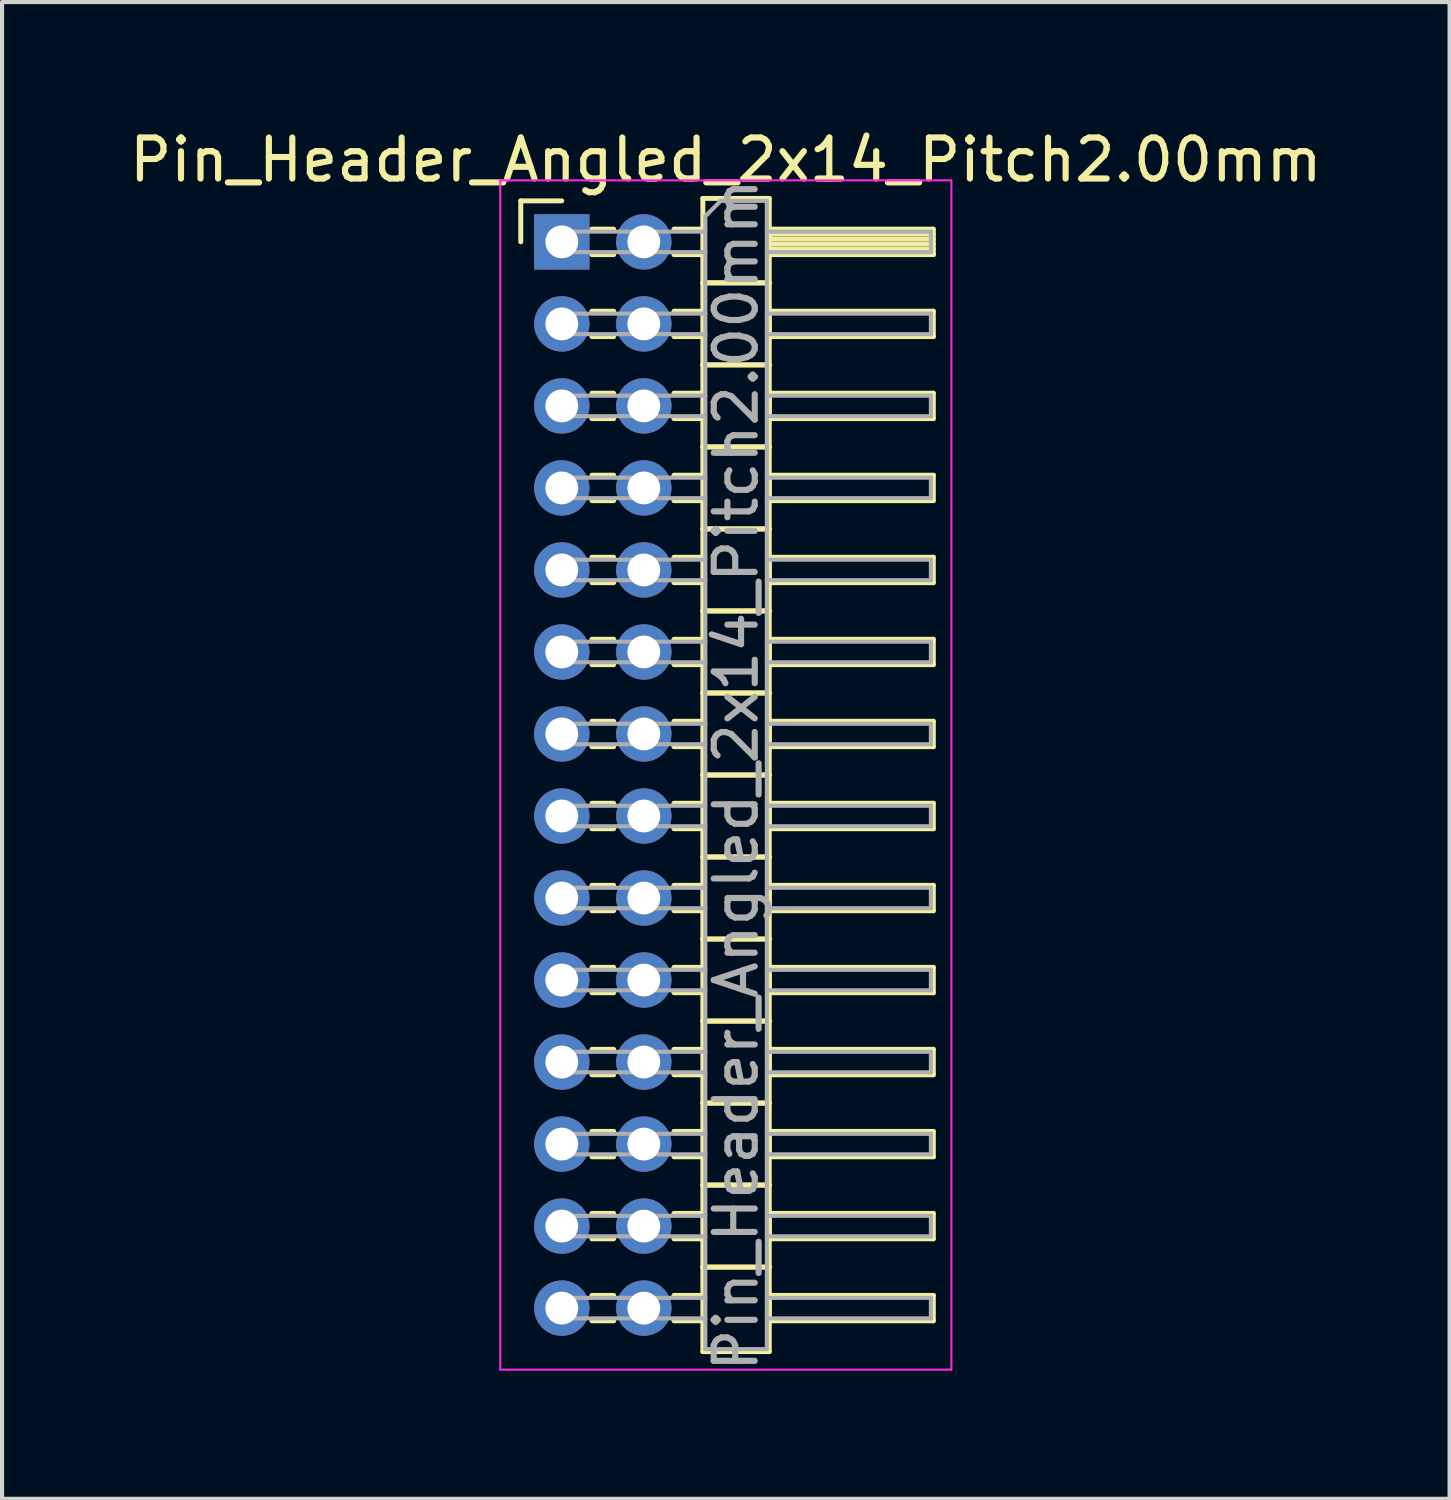
<source format=kicad_pcb>
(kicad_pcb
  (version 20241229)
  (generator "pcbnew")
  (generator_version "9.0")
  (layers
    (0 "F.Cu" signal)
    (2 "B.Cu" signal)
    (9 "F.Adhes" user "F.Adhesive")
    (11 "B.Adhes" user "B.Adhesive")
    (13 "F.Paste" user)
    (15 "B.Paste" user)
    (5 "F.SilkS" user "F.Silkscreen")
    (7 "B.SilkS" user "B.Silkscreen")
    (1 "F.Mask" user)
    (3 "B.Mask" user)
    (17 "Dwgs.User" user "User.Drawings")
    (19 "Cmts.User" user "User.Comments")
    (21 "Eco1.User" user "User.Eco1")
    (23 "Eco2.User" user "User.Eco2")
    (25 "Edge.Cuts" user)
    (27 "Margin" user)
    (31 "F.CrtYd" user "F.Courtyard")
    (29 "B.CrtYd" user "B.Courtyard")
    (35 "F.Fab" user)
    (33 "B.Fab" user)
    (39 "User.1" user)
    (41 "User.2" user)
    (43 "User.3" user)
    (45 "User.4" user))
  (footprint "Pin_Header_Angled_2x14_Pitch2.00mm"
    (layer "F.Cu")
    (at 10.649 2.848)
    (property "Reference" "Pin_Header_Angled_2x14_Pitch2.00mm" (at 4 -2 0) (layer "F.SilkS") (effects (font (size 1 1) (thickness 0.15))))
    (attr through_hole)
    (fp_line (start -1 -1) (end 0 -1) (stroke (width 0.12) (type solid)) (layer "F.SilkS"))
    (fp_line (start -1 0) (end -1 -1) (stroke (width 0.12) (type solid)) (layer "F.SilkS"))
    (fp_line (start 0.735 -0.31) (end 1.265 -0.31) (stroke (width 0.12) (type solid)) (layer "F.SilkS"))
    (fp_line (start 0.735 0.31) (end 1.265 0.31) (stroke (width 0.12) (type solid)) (layer "F.SilkS"))
    (fp_line (start 0.735 1.69) (end 1.265 1.69) (stroke (width 0.12) (type solid)) (layer "F.SilkS"))
    (fp_line (start 0.735 2.31) (end 1.265 2.31) (stroke (width 0.12) (type solid)) (layer "F.SilkS"))
    (fp_line (start 0.735 3.69) (end 1.265 3.69) (stroke (width 0.12) (type solid)) (layer "F.SilkS"))
    (fp_line (start 0.735 4.31) (end 1.265 4.31) (stroke (width 0.12) (type solid)) (layer "F.SilkS"))
    (fp_line (start 0.735 5.69) (end 1.265 5.69) (stroke (width 0.12) (type solid)) (layer "F.SilkS"))
    (fp_line (start 0.735 6.31) (end 1.265 6.31) (stroke (width 0.12) (type solid)) (layer "F.SilkS"))
    (fp_line (start 0.735 7.69) (end 1.265 7.69) (stroke (width 0.12) (type solid)) (layer "F.SilkS"))
    (fp_line (start 0.735 8.31) (end 1.265 8.31) (stroke (width 0.12) (type solid)) (layer "F.SilkS"))
    (fp_line (start 0.735 9.69) (end 1.265 9.69) (stroke (width 0.12) (type solid)) (layer "F.SilkS"))
    (fp_line (start 0.735 10.31) (end 1.265 10.31) (stroke (width 0.12) (type solid)) (layer "F.SilkS"))
    (fp_line (start 0.735 11.69) (end 1.265 11.69) (stroke (width 0.12) (type solid)) (layer "F.SilkS"))
    (fp_line (start 0.735 12.31) (end 1.265 12.31) (stroke (width 0.12) (type solid)) (layer "F.SilkS"))
    (fp_line (start 0.735 13.69) (end 1.265 13.69) (stroke (width 0.12) (type solid)) (layer "F.SilkS"))
    (fp_line (start 0.735 14.31) (end 1.265 14.31) (stroke (width 0.12) (type solid)) (layer "F.SilkS"))
    (fp_line (start 0.735 15.69) (end 1.265 15.69) (stroke (width 0.12) (type solid)) (layer "F.SilkS"))
    (fp_line (start 0.735 16.31) (end 1.265 16.31) (stroke (width 0.12) (type solid)) (layer "F.SilkS"))
    (fp_line (start 0.735 17.69) (end 1.265 17.69) (stroke (width 0.12) (type solid)) (layer "F.SilkS"))
    (fp_line (start 0.735 18.31) (end 1.265 18.31) (stroke (width 0.12) (type solid)) (layer "F.SilkS"))
    (fp_line (start 0.735 19.69) (end 1.265 19.69) (stroke (width 0.12) (type solid)) (layer "F.SilkS"))
    (fp_line (start 0.735 20.31) (end 1.265 20.31) (stroke (width 0.12) (type solid)) (layer "F.SilkS"))
    (fp_line (start 0.735 21.69) (end 1.265 21.69) (stroke (width 0.12) (type solid)) (layer "F.SilkS"))
    (fp_line (start 0.735 22.31) (end 1.265 22.31) (stroke (width 0.12) (type solid)) (layer "F.SilkS"))
    (fp_line (start 0.735 23.69) (end 1.265 23.69) (stroke (width 0.12) (type solid)) (layer "F.SilkS"))
    (fp_line (start 0.735 24.31) (end 1.265 24.31) (stroke (width 0.12) (type solid)) (layer "F.SilkS"))
    (fp_line (start 0.735 25.69) (end 1.265 25.69) (stroke (width 0.12) (type solid)) (layer "F.SilkS"))
    (fp_line (start 0.735 26.31) (end 1.265 26.31) (stroke (width 0.12) (type solid)) (layer "F.SilkS"))
    (fp_line (start 2.735 -0.31) (end 3.44 -0.31) (stroke (width 0.12) (type solid)) (layer "F.SilkS"))
    (fp_line (start 2.735 0.31) (end 3.44 0.31) (stroke (width 0.12) (type solid)) (layer "F.SilkS"))
    (fp_line (start 2.735 1.69) (end 3.44 1.69) (stroke (width 0.12) (type solid)) (layer "F.SilkS"))
    (fp_line (start 2.735 2.31) (end 3.44 2.31) (stroke (width 0.12) (type solid)) (layer "F.SilkS"))
    (fp_line (start 2.735 3.69) (end 3.44 3.69) (stroke (width 0.12) (type solid)) (layer "F.SilkS"))
    (fp_line (start 2.735 4.31) (end 3.44 4.31) (stroke (width 0.12) (type solid)) (layer "F.SilkS"))
    (fp_line (start 2.735 5.69) (end 3.44 5.69) (stroke (width 0.12) (type solid)) (layer "F.SilkS"))
    (fp_line (start 2.735 6.31) (end 3.44 6.31) (stroke (width 0.12) (type solid)) (layer "F.SilkS"))
    (fp_line (start 2.735 7.69) (end 3.44 7.69) (stroke (width 0.12) (type solid)) (layer "F.SilkS"))
    (fp_line (start 2.735 8.31) (end 3.44 8.31) (stroke (width 0.12) (type solid)) (layer "F.SilkS"))
    (fp_line (start 2.735 9.69) (end 3.44 9.69) (stroke (width 0.12) (type solid)) (layer "F.SilkS"))
    (fp_line (start 2.735 10.31) (end 3.44 10.31) (stroke (width 0.12) (type solid)) (layer "F.SilkS"))
    (fp_line (start 2.735 11.69) (end 3.44 11.69) (stroke (width 0.12) (type solid)) (layer "F.SilkS"))
    (fp_line (start 2.735 12.31) (end 3.44 12.31) (stroke (width 0.12) (type solid)) (layer "F.SilkS"))
    (fp_line (start 2.735 13.69) (end 3.44 13.69) (stroke (width 0.12) (type solid)) (layer "F.SilkS"))
    (fp_line (start 2.735 14.31) (end 3.44 14.31) (stroke (width 0.12) (type solid)) (layer "F.SilkS"))
    (fp_line (start 2.735 15.69) (end 3.44 15.69) (stroke (width 0.12) (type solid)) (layer "F.SilkS"))
    (fp_line (start 2.735 16.31) (end 3.44 16.31) (stroke (width 0.12) (type solid)) (layer "F.SilkS"))
    (fp_line (start 2.735 17.69) (end 3.44 17.69) (stroke (width 0.12) (type solid)) (layer "F.SilkS"))
    (fp_line (start 2.735 18.31) (end 3.44 18.31) (stroke (width 0.12) (type solid)) (layer "F.SilkS"))
    (fp_line (start 2.735 19.69) (end 3.44 19.69) (stroke (width 0.12) (type solid)) (layer "F.SilkS"))
    (fp_line (start 2.735 20.31) (end 3.44 20.31) (stroke (width 0.12) (type solid)) (layer "F.SilkS"))
    (fp_line (start 2.735 21.69) (end 3.44 21.69) (stroke (width 0.12) (type solid)) (layer "F.SilkS"))
    (fp_line (start 2.735 22.31) (end 3.44 22.31) (stroke (width 0.12) (type solid)) (layer "F.SilkS"))
    (fp_line (start 2.735 23.69) (end 3.44 23.69) (stroke (width 0.12) (type solid)) (layer "F.SilkS"))
    (fp_line (start 2.735 24.31) (end 3.44 24.31) (stroke (width 0.12) (type solid)) (layer "F.SilkS"))
    (fp_line (start 2.735 25.69) (end 3.44 25.69) (stroke (width 0.12) (type solid)) (layer "F.SilkS"))
    (fp_line (start 2.735 26.31) (end 3.44 26.31) (stroke (width 0.12) (type solid)) (layer "F.SilkS"))
    (fp_line (start 3.44 -1.06) (end 3.44 1) (stroke (width 0.12) (type solid)) (layer "F.SilkS"))
    (fp_line (start 3.44 1) (end 3.44 3) (stroke (width 0.12) (type solid)) (layer "F.SilkS"))
    (fp_line (start 3.44 1) (end 5.06 1) (stroke (width 0.12) (type solid)) (layer "F.SilkS"))
    (fp_line (start 3.44 3) (end 3.44 5) (stroke (width 0.12) (type solid)) (layer "F.SilkS"))
    (fp_line (start 3.44 3) (end 5.06 3) (stroke (width 0.12) (type solid)) (layer "F.SilkS"))
    (fp_line (start 3.44 5) (end 3.44 7) (stroke (width 0.12) (type solid)) (layer "F.SilkS"))
    (fp_line (start 3.44 5) (end 5.06 5) (stroke (width 0.12) (type solid)) (layer "F.SilkS"))
    (fp_line (start 3.44 7) (end 3.44 9) (stroke (width 0.12) (type solid)) (layer "F.SilkS"))
    (fp_line (start 3.44 7) (end 5.06 7) (stroke (width 0.12) (type solid)) (layer "F.SilkS"))
    (fp_line (start 3.44 9) (end 3.44 11) (stroke (width 0.12) (type solid)) (layer "F.SilkS"))
    (fp_line (start 3.44 9) (end 5.06 9) (stroke (width 0.12) (type solid)) (layer "F.SilkS"))
    (fp_line (start 3.44 11) (end 3.44 13) (stroke (width 0.12) (type solid)) (layer "F.SilkS"))
    (fp_line (start 3.44 11) (end 5.06 11) (stroke (width 0.12) (type solid)) (layer "F.SilkS"))
    (fp_line (start 3.44 13) (end 3.44 15) (stroke (width 0.12) (type solid)) (layer "F.SilkS"))
    (fp_line (start 3.44 13) (end 5.06 13) (stroke (width 0.12) (type solid)) (layer "F.SilkS"))
    (fp_line (start 3.44 15) (end 3.44 17) (stroke (width 0.12) (type solid)) (layer "F.SilkS"))
    (fp_line (start 3.44 15) (end 5.06 15) (stroke (width 0.12) (type solid)) (layer "F.SilkS"))
    (fp_line (start 3.44 17) (end 3.44 19) (stroke (width 0.12) (type solid)) (layer "F.SilkS"))
    (fp_line (start 3.44 17) (end 5.06 17) (stroke (width 0.12) (type solid)) (layer "F.SilkS"))
    (fp_line (start 3.44 19) (end 3.44 21) (stroke (width 0.12) (type solid)) (layer "F.SilkS"))
    (fp_line (start 3.44 19) (end 5.06 19) (stroke (width 0.12) (type solid)) (layer "F.SilkS"))
    (fp_line (start 3.44 21) (end 3.44 23) (stroke (width 0.12) (type solid)) (layer "F.SilkS"))
    (fp_line (start 3.44 21) (end 5.06 21) (stroke (width 0.12) (type solid)) (layer "F.SilkS"))
    (fp_line (start 3.44 23) (end 3.44 25) (stroke (width 0.12) (type solid)) (layer "F.SilkS"))
    (fp_line (start 3.44 23) (end 5.06 23) (stroke (width 0.12) (type solid)) (layer "F.SilkS"))
    (fp_line (start 3.44 25) (end 3.44 27.06) (stroke (width 0.12) (type solid)) (layer "F.SilkS"))
    (fp_line (start 3.44 25) (end 5.06 25) (stroke (width 0.12) (type solid)) (layer "F.SilkS"))
    (fp_line (start 3.44 27.06) (end 5.06 27.06) (stroke (width 0.12) (type solid)) (layer "F.SilkS"))
    (fp_line (start 5.06 -1.06) (end 3.44 -1.06) (stroke (width 0.12) (type solid)) (layer "F.SilkS"))
    (fp_line (start 5.06 -0.31) (end 5.06 0.31) (stroke (width 0.12) (type solid)) (layer "F.SilkS"))
    (fp_line (start 5.06 -0.19) (end 9.06 -0.19) (stroke (width 0.12) (type solid)) (layer "F.SilkS"))
    (fp_line (start 5.06 -0.07) (end 9.06 -0.07) (stroke (width 0.12) (type solid)) (layer "F.SilkS"))
    (fp_line (start 5.06 0.05) (end 9.06 0.05) (stroke (width 0.12) (type solid)) (layer "F.SilkS"))
    (fp_line (start 5.06 0.17) (end 9.06 0.17) (stroke (width 0.12) (type solid)) (layer "F.SilkS"))
    (fp_line (start 5.06 0.29) (end 9.06 0.29) (stroke (width 0.12) (type solid)) (layer "F.SilkS"))
    (fp_line (start 5.06 0.31) (end 9.06 0.31) (stroke (width 0.12) (type solid)) (layer "F.SilkS"))
    (fp_line (start 5.06 1) (end 3.44 1) (stroke (width 0.12) (type solid)) (layer "F.SilkS"))
    (fp_line (start 5.06 1) (end 5.06 -1.06) (stroke (width 0.12) (type solid)) (layer "F.SilkS"))
    (fp_line (start 5.06 1.69) (end 5.06 2.31) (stroke (width 0.12) (type solid)) (layer "F.SilkS"))
    (fp_line (start 5.06 2.31) (end 9.06 2.31) (stroke (width 0.12) (type solid)) (layer "F.SilkS"))
    (fp_line (start 5.06 3) (end 3.44 3) (stroke (width 0.12) (type solid)) (layer "F.SilkS"))
    (fp_line (start 5.06 3) (end 5.06 1) (stroke (width 0.12) (type solid)) (layer "F.SilkS"))
    (fp_line (start 5.06 3.69) (end 5.06 4.31) (stroke (width 0.12) (type solid)) (layer "F.SilkS"))
    (fp_line (start 5.06 4.31) (end 9.06 4.31) (stroke (width 0.12) (type solid)) (layer "F.SilkS"))
    (fp_line (start 5.06 5) (end 3.44 5) (stroke (width 0.12) (type solid)) (layer "F.SilkS"))
    (fp_line (start 5.06 5) (end 5.06 3) (stroke (width 0.12) (type solid)) (layer "F.SilkS"))
    (fp_line (start 5.06 5.69) (end 5.06 6.31) (stroke (width 0.12) (type solid)) (layer "F.SilkS"))
    (fp_line (start 5.06 6.31) (end 9.06 6.31) (stroke (width 0.12) (type solid)) (layer "F.SilkS"))
    (fp_line (start 5.06 7) (end 3.44 7) (stroke (width 0.12) (type solid)) (layer "F.SilkS"))
    (fp_line (start 5.06 7) (end 5.06 5) (stroke (width 0.12) (type solid)) (layer "F.SilkS"))
    (fp_line (start 5.06 7.69) (end 5.06 8.31) (stroke (width 0.12) (type solid)) (layer "F.SilkS"))
    (fp_line (start 5.06 8.31) (end 9.06 8.31) (stroke (width 0.12) (type solid)) (layer "F.SilkS"))
    (fp_line (start 5.06 9) (end 3.44 9) (stroke (width 0.12) (type solid)) (layer "F.SilkS"))
    (fp_line (start 5.06 9) (end 5.06 7) (stroke (width 0.12) (type solid)) (layer "F.SilkS"))
    (fp_line (start 5.06 9.69) (end 5.06 10.31) (stroke (width 0.12) (type solid)) (layer "F.SilkS"))
    (fp_line (start 5.06 10.31) (end 9.06 10.31) (stroke (width 0.12) (type solid)) (layer "F.SilkS"))
    (fp_line (start 5.06 11) (end 3.44 11) (stroke (width 0.12) (type solid)) (layer "F.SilkS"))
    (fp_line (start 5.06 11) (end 5.06 9) (stroke (width 0.12) (type solid)) (layer "F.SilkS"))
    (fp_line (start 5.06 11.69) (end 5.06 12.31) (stroke (width 0.12) (type solid)) (layer "F.SilkS"))
    (fp_line (start 5.06 12.31) (end 9.06 12.31) (stroke (width 0.12) (type solid)) (layer "F.SilkS"))
    (fp_line (start 5.06 13) (end 3.44 13) (stroke (width 0.12) (type solid)) (layer "F.SilkS"))
    (fp_line (start 5.06 13) (end 5.06 11) (stroke (width 0.12) (type solid)) (layer "F.SilkS"))
    (fp_line (start 5.06 13.69) (end 5.06 14.31) (stroke (width 0.12) (type solid)) (layer "F.SilkS"))
    (fp_line (start 5.06 14.31) (end 9.06 14.31) (stroke (width 0.12) (type solid)) (layer "F.SilkS"))
    (fp_line (start 5.06 15) (end 3.44 15) (stroke (width 0.12) (type solid)) (layer "F.SilkS"))
    (fp_line (start 5.06 15) (end 5.06 13) (stroke (width 0.12) (type solid)) (layer "F.SilkS"))
    (fp_line (start 5.06 15.69) (end 5.06 16.31) (stroke (width 0.12) (type solid)) (layer "F.SilkS"))
    (fp_line (start 5.06 16.31) (end 9.06 16.31) (stroke (width 0.12) (type solid)) (layer "F.SilkS"))
    (fp_line (start 5.06 17) (end 3.44 17) (stroke (width 0.12) (type solid)) (layer "F.SilkS"))
    (fp_line (start 5.06 17) (end 5.06 15) (stroke (width 0.12) (type solid)) (layer "F.SilkS"))
    (fp_line (start 5.06 17.69) (end 5.06 18.31) (stroke (width 0.12) (type solid)) (layer "F.SilkS"))
    (fp_line (start 5.06 18.31) (end 9.06 18.31) (stroke (width 0.12) (type solid)) (layer "F.SilkS"))
    (fp_line (start 5.06 19) (end 3.44 19) (stroke (width 0.12) (type solid)) (layer "F.SilkS"))
    (fp_line (start 5.06 19) (end 5.06 17) (stroke (width 0.12) (type solid)) (layer "F.SilkS"))
    (fp_line (start 5.06 19.69) (end 5.06 20.31) (stroke (width 0.12) (type solid)) (layer "F.SilkS"))
    (fp_line (start 5.06 20.31) (end 9.06 20.31) (stroke (width 0.12) (type solid)) (layer "F.SilkS"))
    (fp_line (start 5.06 21) (end 3.44 21) (stroke (width 0.12) (type solid)) (layer "F.SilkS"))
    (fp_line (start 5.06 21) (end 5.06 19) (stroke (width 0.12) (type solid)) (layer "F.SilkS"))
    (fp_line (start 5.06 21.69) (end 5.06 22.31) (stroke (width 0.12) (type solid)) (layer "F.SilkS"))
    (fp_line (start 5.06 22.31) (end 9.06 22.31) (stroke (width 0.12) (type solid)) (layer "F.SilkS"))
    (fp_line (start 5.06 23) (end 3.44 23) (stroke (width 0.12) (type solid)) (layer "F.SilkS"))
    (fp_line (start 5.06 23) (end 5.06 21) (stroke (width 0.12) (type solid)) (layer "F.SilkS"))
    (fp_line (start 5.06 23.69) (end 5.06 24.31) (stroke (width 0.12) (type solid)) (layer "F.SilkS"))
    (fp_line (start 5.06 24.31) (end 9.06 24.31) (stroke (width 0.12) (type solid)) (layer "F.SilkS"))
    (fp_line (start 5.06 25) (end 3.44 25) (stroke (width 0.12) (type solid)) (layer "F.SilkS"))
    (fp_line (start 5.06 25) (end 5.06 23) (stroke (width 0.12) (type solid)) (layer "F.SilkS"))
    (fp_line (start 5.06 25.69) (end 5.06 26.31) (stroke (width 0.12) (type solid)) (layer "F.SilkS"))
    (fp_line (start 5.06 26.31) (end 9.06 26.31) (stroke (width 0.12) (type solid)) (layer "F.SilkS"))
    (fp_line (start 5.06 27.06) (end 5.06 25) (stroke (width 0.12) (type solid)) (layer "F.SilkS"))
    (fp_line (start 9.06 -0.31) (end 5.06 -0.31) (stroke (width 0.12) (type solid)) (layer "F.SilkS"))
    (fp_line (start 9.06 0.31) (end 9.06 -0.31) (stroke (width 0.12) (type solid)) (layer "F.SilkS"))
    (fp_line (start 9.06 1.69) (end 5.06 1.69) (stroke (width 0.12) (type solid)) (layer "F.SilkS"))
    (fp_line (start 9.06 2.31) (end 9.06 1.69) (stroke (width 0.12) (type solid)) (layer "F.SilkS"))
    (fp_line (start 9.06 3.69) (end 5.06 3.69) (stroke (width 0.12) (type solid)) (layer "F.SilkS"))
    (fp_line (start 9.06 4.31) (end 9.06 3.69) (stroke (width 0.12) (type solid)) (layer "F.SilkS"))
    (fp_line (start 9.06 5.69) (end 5.06 5.69) (stroke (width 0.12) (type solid)) (layer "F.SilkS"))
    (fp_line (start 9.06 6.31) (end 9.06 5.69) (stroke (width 0.12) (type solid)) (layer "F.SilkS"))
    (fp_line (start 9.06 7.69) (end 5.06 7.69) (stroke (width 0.12) (type solid)) (layer "F.SilkS"))
    (fp_line (start 9.06 8.31) (end 9.06 7.69) (stroke (width 0.12) (type solid)) (layer "F.SilkS"))
    (fp_line (start 9.06 9.69) (end 5.06 9.69) (stroke (width 0.12) (type solid)) (layer "F.SilkS"))
    (fp_line (start 9.06 10.31) (end 9.06 9.69) (stroke (width 0.12) (type solid)) (layer "F.SilkS"))
    (fp_line (start 9.06 11.69) (end 5.06 11.69) (stroke (width 0.12) (type solid)) (layer "F.SilkS"))
    (fp_line (start 9.06 12.31) (end 9.06 11.69) (stroke (width 0.12) (type solid)) (layer "F.SilkS"))
    (fp_line (start 9.06 13.69) (end 5.06 13.69) (stroke (width 0.12) (type solid)) (layer "F.SilkS"))
    (fp_line (start 9.06 14.31) (end 9.06 13.69) (stroke (width 0.12) (type solid)) (layer "F.SilkS"))
    (fp_line (start 9.06 15.69) (end 5.06 15.69) (stroke (width 0.12) (type solid)) (layer "F.SilkS"))
    (fp_line (start 9.06 16.31) (end 9.06 15.69) (stroke (width 0.12) (type solid)) (layer "F.SilkS"))
    (fp_line (start 9.06 17.69) (end 5.06 17.69) (stroke (width 0.12) (type solid)) (layer "F.SilkS"))
    (fp_line (start 9.06 18.31) (end 9.06 17.69) (stroke (width 0.12) (type solid)) (layer "F.SilkS"))
    (fp_line (start 9.06 19.69) (end 5.06 19.69) (stroke (width 0.12) (type solid)) (layer "F.SilkS"))
    (fp_line (start 9.06 20.31) (end 9.06 19.69) (stroke (width 0.12) (type solid)) (layer "F.SilkS"))
    (fp_line (start 9.06 21.69) (end 5.06 21.69) (stroke (width 0.12) (type solid)) (layer "F.SilkS"))
    (fp_line (start 9.06 22.31) (end 9.06 21.69) (stroke (width 0.12) (type solid)) (layer "F.SilkS"))
    (fp_line (start 9.06 23.69) (end 5.06 23.69) (stroke (width 0.12) (type solid)) (layer "F.SilkS"))
    (fp_line (start 9.06 24.31) (end 9.06 23.69) (stroke (width 0.12) (type solid)) (layer "F.SilkS"))
    (fp_line (start 9.06 25.69) (end 5.06 25.69) (stroke (width 0.12) (type solid)) (layer "F.SilkS"))
    (fp_line (start 9.06 26.31) (end 9.06 25.69) (stroke (width 0.12) (type solid)) (layer "F.SilkS"))
    (fp_line (start -1.5 -1.5) (end -1.5 27.5) (stroke (width 0.05) (type solid)) (layer "F.CrtYd"))
    (fp_line (start -1.5 27.5) (end 9.5 27.5) (stroke (width 0.05) (type solid)) (layer "F.CrtYd"))
    (fp_line (start 9.5 -1.5) (end -1.5 -1.5) (stroke (width 0.05) (type solid)) (layer "F.CrtYd"))
    (fp_line (start 9.5 27.5) (end 9.5 -1.5) (stroke (width 0.05) (type solid)) (layer "F.CrtYd"))
    (fp_line (start -0.25 -0.25) (end -0.25 0.25) (stroke (width 0.1) (type solid)) (layer "F.Fab"))
    (fp_line (start -0.25 -0.25) (end 3.5 -0.25) (stroke (width 0.1) (type solid)) (layer "F.Fab"))
    (fp_line (start -0.25 0.25) (end 3.5 0.25) (stroke (width 0.1) (type solid)) (layer "F.Fab"))
    (fp_line (start -0.25 1.75) (end -0.25 2.25) (stroke (width 0.1) (type solid)) (layer "F.Fab"))
    (fp_line (start -0.25 1.75) (end 3.5 1.75) (stroke (width 0.1) (type solid)) (layer "F.Fab"))
    (fp_line (start -0.25 2.25) (end 3.5 2.25) (stroke (width 0.1) (type solid)) (layer "F.Fab"))
    (fp_line (start -0.25 3.75) (end -0.25 4.25) (stroke (width 0.1) (type solid)) (layer "F.Fab"))
    (fp_line (start -0.25 3.75) (end 3.5 3.75) (stroke (width 0.1) (type solid)) (layer "F.Fab"))
    (fp_line (start -0.25 4.25) (end 3.5 4.25) (stroke (width 0.1) (type solid)) (layer "F.Fab"))
    (fp_line (start -0.25 5.75) (end -0.25 6.25) (stroke (width 0.1) (type solid)) (layer "F.Fab"))
    (fp_line (start -0.25 5.75) (end 3.5 5.75) (stroke (width 0.1) (type solid)) (layer "F.Fab"))
    (fp_line (start -0.25 6.25) (end 3.5 6.25) (stroke (width 0.1) (type solid)) (layer "F.Fab"))
    (fp_line (start -0.25 7.75) (end -0.25 8.25) (stroke (width 0.1) (type solid)) (layer "F.Fab"))
    (fp_line (start -0.25 7.75) (end 3.5 7.75) (stroke (width 0.1) (type solid)) (layer "F.Fab"))
    (fp_line (start -0.25 8.25) (end 3.5 8.25) (stroke (width 0.1) (type solid)) (layer "F.Fab"))
    (fp_line (start -0.25 9.75) (end -0.25 10.25) (stroke (width 0.1) (type solid)) (layer "F.Fab"))
    (fp_line (start -0.25 9.75) (end 3.5 9.75) (stroke (width 0.1) (type solid)) (layer "F.Fab"))
    (fp_line (start -0.25 10.25) (end 3.5 10.25) (stroke (width 0.1) (type solid)) (layer "F.Fab"))
    (fp_line (start -0.25 11.75) (end -0.25 12.25) (stroke (width 0.1) (type solid)) (layer "F.Fab"))
    (fp_line (start -0.25 11.75) (end 3.5 11.75) (stroke (width 0.1) (type solid)) (layer "F.Fab"))
    (fp_line (start -0.25 12.25) (end 3.5 12.25) (stroke (width 0.1) (type solid)) (layer "F.Fab"))
    (fp_line (start -0.25 13.75) (end -0.25 14.25) (stroke (width 0.1) (type solid)) (layer "F.Fab"))
    (fp_line (start -0.25 13.75) (end 3.5 13.75) (stroke (width 0.1) (type solid)) (layer "F.Fab"))
    (fp_line (start -0.25 14.25) (end 3.5 14.25) (stroke (width 0.1) (type solid)) (layer "F.Fab"))
    (fp_line (start -0.25 15.75) (end -0.25 16.25) (stroke (width 0.1) (type solid)) (layer "F.Fab"))
    (fp_line (start -0.25 15.75) (end 3.5 15.75) (stroke (width 0.1) (type solid)) (layer "F.Fab"))
    (fp_line (start -0.25 16.25) (end 3.5 16.25) (stroke (width 0.1) (type solid)) (layer "F.Fab"))
    (fp_line (start -0.25 17.75) (end -0.25 18.25) (stroke (width 0.1) (type solid)) (layer "F.Fab"))
    (fp_line (start -0.25 17.75) (end 3.5 17.75) (stroke (width 0.1) (type solid)) (layer "F.Fab"))
    (fp_line (start -0.25 18.25) (end 3.5 18.25) (stroke (width 0.1) (type solid)) (layer "F.Fab"))
    (fp_line (start -0.25 19.75) (end -0.25 20.25) (stroke (width 0.1) (type solid)) (layer "F.Fab"))
    (fp_line (start -0.25 19.75) (end 3.5 19.75) (stroke (width 0.1) (type solid)) (layer "F.Fab"))
    (fp_line (start -0.25 20.25) (end 3.5 20.25) (stroke (width 0.1) (type solid)) (layer "F.Fab"))
    (fp_line (start -0.25 21.75) (end -0.25 22.25) (stroke (width 0.1) (type solid)) (layer "F.Fab"))
    (fp_line (start -0.25 21.75) (end 3.5 21.75) (stroke (width 0.1) (type solid)) (layer "F.Fab"))
    (fp_line (start -0.25 22.25) (end 3.5 22.25) (stroke (width 0.1) (type solid)) (layer "F.Fab"))
    (fp_line (start -0.25 23.75) (end -0.25 24.25) (stroke (width 0.1) (type solid)) (layer "F.Fab"))
    (fp_line (start -0.25 23.75) (end 3.5 23.75) (stroke (width 0.1) (type solid)) (layer "F.Fab"))
    (fp_line (start -0.25 24.25) (end 3.5 24.25) (stroke (width 0.1) (type solid)) (layer "F.Fab"))
    (fp_line (start -0.25 25.75) (end -0.25 26.25) (stroke (width 0.1) (type solid)) (layer "F.Fab"))
    (fp_line (start -0.25 25.75) (end 3.5 25.75) (stroke (width 0.1) (type solid)) (layer "F.Fab"))
    (fp_line (start -0.25 26.25) (end 3.5 26.25) (stroke (width 0.1) (type solid)) (layer "F.Fab"))
    (fp_line (start 3.5 -0.625) (end 3.875 -1) (stroke (width 0.1) (type solid)) (layer "F.Fab"))
    (fp_line (start 3.5 27) (end 3.5 -0.625) (stroke (width 0.1) (type solid)) (layer "F.Fab"))
    (fp_line (start 3.875 -1) (end 5 -1) (stroke (width 0.1) (type solid)) (layer "F.Fab"))
    (fp_line (start 5 -1) (end 5 27) (stroke (width 0.1) (type solid)) (layer "F.Fab"))
    (fp_line (start 5 -0.25) (end 9 -0.25) (stroke (width 0.1) (type solid)) (layer "F.Fab"))
    (fp_line (start 5 0.25) (end 9 0.25) (stroke (width 0.1) (type solid)) (layer "F.Fab"))
    (fp_line (start 5 1.75) (end 9 1.75) (stroke (width 0.1) (type solid)) (layer "F.Fab"))
    (fp_line (start 5 2.25) (end 9 2.25) (stroke (width 0.1) (type solid)) (layer "F.Fab"))
    (fp_line (start 5 3.75) (end 9 3.75) (stroke (width 0.1) (type solid)) (layer "F.Fab"))
    (fp_line (start 5 4.25) (end 9 4.25) (stroke (width 0.1) (type solid)) (layer "F.Fab"))
    (fp_line (start 5 5.75) (end 9 5.75) (stroke (width 0.1) (type solid)) (layer "F.Fab"))
    (fp_line (start 5 6.25) (end 9 6.25) (stroke (width 0.1) (type solid)) (layer "F.Fab"))
    (fp_line (start 5 7.75) (end 9 7.75) (stroke (width 0.1) (type solid)) (layer "F.Fab"))
    (fp_line (start 5 8.25) (end 9 8.25) (stroke (width 0.1) (type solid)) (layer "F.Fab"))
    (fp_line (start 5 9.75) (end 9 9.75) (stroke (width 0.1) (type solid)) (layer "F.Fab"))
    (fp_line (start 5 10.25) (end 9 10.25) (stroke (width 0.1) (type solid)) (layer "F.Fab"))
    (fp_line (start 5 11.75) (end 9 11.75) (stroke (width 0.1) (type solid)) (layer "F.Fab"))
    (fp_line (start 5 12.25) (end 9 12.25) (stroke (width 0.1) (type solid)) (layer "F.Fab"))
    (fp_line (start 5 13.75) (end 9 13.75) (stroke (width 0.1) (type solid)) (layer "F.Fab"))
    (fp_line (start 5 14.25) (end 9 14.25) (stroke (width 0.1) (type solid)) (layer "F.Fab"))
    (fp_line (start 5 15.75) (end 9 15.75) (stroke (width 0.1) (type solid)) (layer "F.Fab"))
    (fp_line (start 5 16.25) (end 9 16.25) (stroke (width 0.1) (type solid)) (layer "F.Fab"))
    (fp_line (start 5 17.75) (end 9 17.75) (stroke (width 0.1) (type solid)) (layer "F.Fab"))
    (fp_line (start 5 18.25) (end 9 18.25) (stroke (width 0.1) (type solid)) (layer "F.Fab"))
    (fp_line (start 5 19.75) (end 9 19.75) (stroke (width 0.1) (type solid)) (layer "F.Fab"))
    (fp_line (start 5 20.25) (end 9 20.25) (stroke (width 0.1) (type solid)) (layer "F.Fab"))
    (fp_line (start 5 21.75) (end 9 21.75) (stroke (width 0.1) (type solid)) (layer "F.Fab"))
    (fp_line (start 5 22.25) (end 9 22.25) (stroke (width 0.1) (type solid)) (layer "F.Fab"))
    (fp_line (start 5 23.75) (end 9 23.75) (stroke (width 0.1) (type solid)) (layer "F.Fab"))
    (fp_line (start 5 24.25) (end 9 24.25) (stroke (width 0.1) (type solid)) (layer "F.Fab"))
    (fp_line (start 5 25.75) (end 9 25.75) (stroke (width 0.1) (type solid)) (layer "F.Fab"))
    (fp_line (start 5 26.25) (end 9 26.25) (stroke (width 0.1) (type solid)) (layer "F.Fab"))
    (fp_line (start 5 27) (end 3.5 27) (stroke (width 0.1) (type solid)) (layer "F.Fab"))
    (fp_line (start 9 -0.25) (end 9 0.25) (stroke (width 0.1) (type solid)) (layer "F.Fab"))
    (fp_line (start 9 1.75) (end 9 2.25) (stroke (width 0.1) (type solid)) (layer "F.Fab"))
    (fp_line (start 9 3.75) (end 9 4.25) (stroke (width 0.1) (type solid)) (layer "F.Fab"))
    (fp_line (start 9 5.75) (end 9 6.25) (stroke (width 0.1) (type solid)) (layer "F.Fab"))
    (fp_line (start 9 7.75) (end 9 8.25) (stroke (width 0.1) (type solid)) (layer "F.Fab"))
    (fp_line (start 9 9.75) (end 9 10.25) (stroke (width 0.1) (type solid)) (layer "F.Fab"))
    (fp_line (start 9 11.75) (end 9 12.25) (stroke (width 0.1) (type solid)) (layer "F.Fab"))
    (fp_line (start 9 13.75) (end 9 14.25) (stroke (width 0.1) (type solid)) (layer "F.Fab"))
    (fp_line (start 9 15.75) (end 9 16.25) (stroke (width 0.1) (type solid)) (layer "F.Fab"))
    (fp_line (start 9 17.75) (end 9 18.25) (stroke (width 0.1) (type solid)) (layer "F.Fab"))
    (fp_line (start 9 19.75) (end 9 20.25) (stroke (width 0.1) (type solid)) (layer "F.Fab"))
    (fp_line (start 9 21.75) (end 9 22.25) (stroke (width 0.1) (type solid)) (layer "F.Fab"))
    (fp_line (start 9 23.75) (end 9 24.25) (stroke (width 0.1) (type solid)) (layer "F.Fab"))
    (fp_line (start 9 25.75) (end 9 26.25) (stroke (width 0.1) (type solid)) (layer "F.Fab"))
    (fp_text user "${REFERENCE}" (at 4.25 13 90) (layer "F.Fab") (effects (font (size 1 1) (thickness 0.15))))
    (pad "1" thru_hole rect (at 0 0) (size 1.35 1.35) (drill 0.8) (layers "*.Cu" "*.Mask"))
    (pad "2" thru_hole oval (at 2 0) (size 1.35 1.35) (drill 0.8) (layers "*.Cu" "*.Mask"))
    (pad "3" thru_hole oval (at 0 2) (size 1.35 1.35) (drill 0.8) (layers "*.Cu" "*.Mask"))
    (pad "4" thru_hole oval (at 2 2) (size 1.35 1.35) (drill 0.8) (layers "*.Cu" "*.Mask"))
    (pad "5" thru_hole oval (at 0 4) (size 1.35 1.35) (drill 0.8) (layers "*.Cu" "*.Mask"))
    (pad "6" thru_hole oval (at 2 4) (size 1.35 1.35) (drill 0.8) (layers "*.Cu" "*.Mask"))
    (pad "7" thru_hole oval (at 0 6) (size 1.35 1.35) (drill 0.8) (layers "*.Cu" "*.Mask"))
    (pad "8" thru_hole oval (at 2 6) (size 1.35 1.35) (drill 0.8) (layers "*.Cu" "*.Mask"))
    (pad "9" thru_hole oval (at 0 8) (size 1.35 1.35) (drill 0.8) (layers "*.Cu" "*.Mask"))
    (pad "10" thru_hole oval (at 2 8) (size 1.35 1.35) (drill 0.8) (layers "*.Cu" "*.Mask"))
    (pad "11" thru_hole oval (at 0 10) (size 1.35 1.35) (drill 0.8) (layers "*.Cu" "*.Mask"))
    (pad "12" thru_hole oval (at 2 10) (size 1.35 1.35) (drill 0.8) (layers "*.Cu" "*.Mask"))
    (pad "13" thru_hole oval (at 0 12) (size 1.35 1.35) (drill 0.8) (layers "*.Cu" "*.Mask"))
    (pad "14" thru_hole oval (at 2 12) (size 1.35 1.35) (drill 0.8) (layers "*.Cu" "*.Mask"))
    (pad "15" thru_hole oval (at 0 14) (size 1.35 1.35) (drill 0.8) (layers "*.Cu" "*.Mask"))
    (pad "16" thru_hole oval (at 2 14) (size 1.35 1.35) (drill 0.8) (layers "*.Cu" "*.Mask"))
    (pad "17" thru_hole oval (at 0 16) (size 1.35 1.35) (drill 0.8) (layers "*.Cu" "*.Mask"))
    (pad "18" thru_hole oval (at 2 16) (size 1.35 1.35) (drill 0.8) (layers "*.Cu" "*.Mask"))
    (pad "19" thru_hole oval (at 0 18) (size 1.35 1.35) (drill 0.8) (layers "*.Cu" "*.Mask"))
    (pad "20" thru_hole oval (at 2 18) (size 1.35 1.35) (drill 0.8) (layers "*.Cu" "*.Mask"))
    (pad "21" thru_hole oval (at 0 20) (size 1.35 1.35) (drill 0.8) (layers "*.Cu" "*.Mask"))
    (pad "22" thru_hole oval (at 2 20) (size 1.35 1.35) (drill 0.8) (layers "*.Cu" "*.Mask"))
    (pad "23" thru_hole oval (at 0 22) (size 1.35 1.35) (drill 0.8) (layers "*.Cu" "*.Mask"))
    (pad "24" thru_hole oval (at 2 22) (size 1.35 1.35) (drill 0.8) (layers "*.Cu" "*.Mask"))
    (pad "25" thru_hole oval (at 0 24) (size 1.35 1.35) (drill 0.8) (layers "*.Cu" "*.Mask"))
    (pad "26" thru_hole oval (at 2 24) (size 1.35 1.35) (drill 0.8) (layers "*.Cu" "*.Mask"))
    (pad "27" thru_hole oval (at 0 26) (size 1.35 1.35) (drill 0.8) (layers "*.Cu" "*.Mask"))
    (pad "28" thru_hole oval (at 2 26) (size 1.35 1.35) (drill 0.8) (layers "*.Cu" "*.Mask")))
  (gr_rect
    (start -3 -3)
    (end 32.298 33.497)
    (stroke (width 0.1) (type default))
    (fill no)
    (layer "Edge.Cuts")))
</source>
